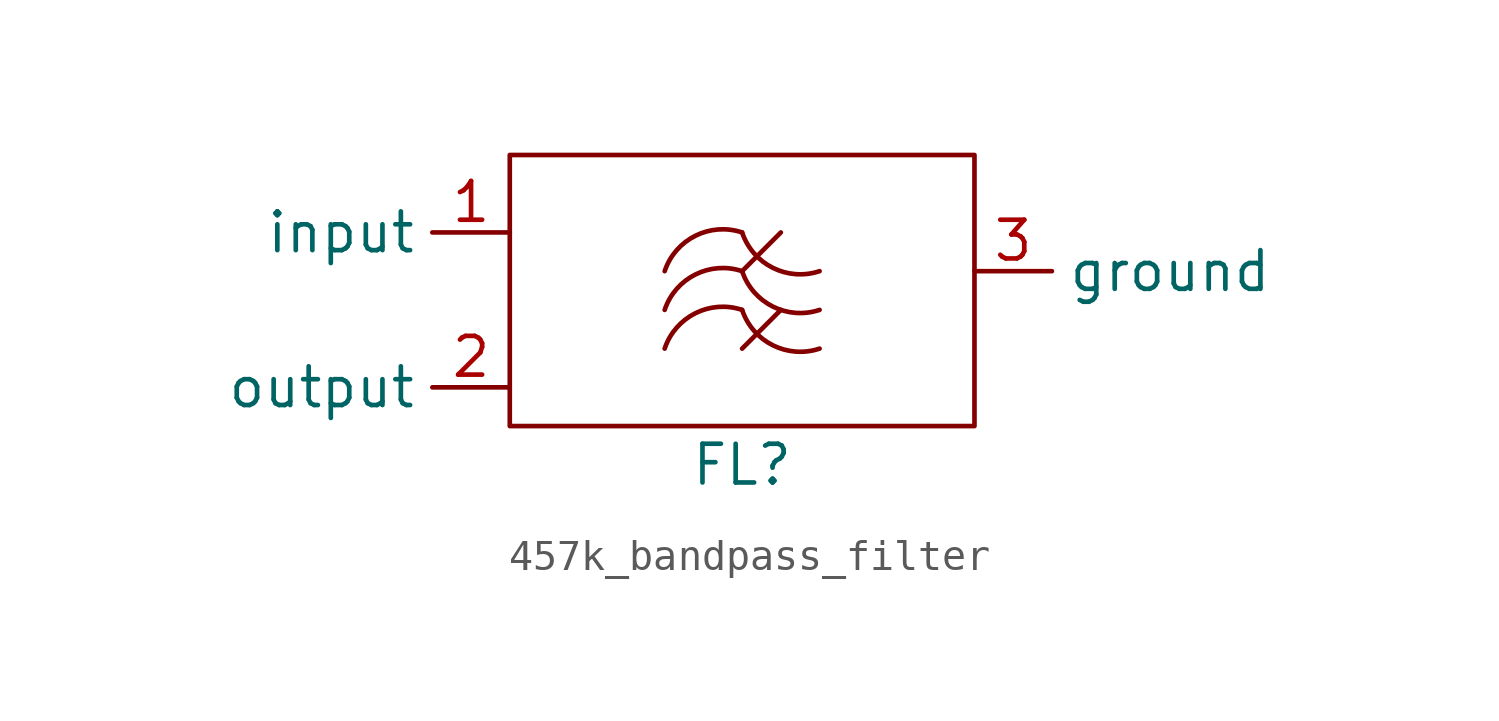
<source format=kicad_sym>
(kicad_symbol_lib
  (version 20241209)
  (generator "kicad_symbol_editor")
  (generator_version "9.0")
  (symbol "457k_bandpass_filter"
    (property "Reference" "FL"
      (at 0 0 0)
      (effects (font (size 1.27 1.27))))
    (property "Value" ""
      (at 0 0 0)
      (effects (font (size 1.27 1.27))))
    (symbol "457k_bandpass_filter_0_1"
      (rectangle (start -7.62 10.16) (end 7.62 1.27) (stroke (width 0) (type default)) (fill (type none)))
      (arc (start -2.54 6.35) (mid -1.533 7.5111) (end 0 7.62) (stroke (width 0) (type default)) (fill (type none)))
      (arc (start -2.54 5.08) (mid -1.533 6.2411) (end 0 6.35) (stroke (width 0) (type default)) (fill (type none)))
      (arc (start -2.54 3.81) (mid -1.533 4.9711) (end 0 5.08) (stroke (width 0) (type default)) (fill (type none)))
      (polyline (pts (xy 0 6.35) (xy 1.27 7.62)) (stroke (width 0) (type default)) (fill (type none)))
      (polyline (pts (xy 0 3.81) (xy 1.27 5.08)) (stroke (width 0) (type default)) (fill (type none)))
      (arc (start 2.54 6.35) (mid 1.007 6.4589) (end 0 7.62) (stroke (width 0) (type default)) (fill (type none)))
      (arc (start 2.54 5.08) (mid 1.007 5.1889) (end 0 6.35) (stroke (width 0) (type default)) (fill (type none)))
      (arc (start 2.54 3.81) (mid 1.007 3.9189) (end 0 5.08) (stroke (width 0) (type default)) (fill (type none))))
    (symbol "457k_bandpass_filter_1_1"
      (pin input line (at -7.62 7.62 180) (length 2.54) (name "input" (effects (font (size 1.27 1.27)))) (number "1" (effects (font (size 1.27 1.27)))))
      (pin output line (at -7.62 2.54 180) (length 2.54) (name "output" (effects (font (size 1.27 1.27)))) (number "2" (effects (font (size 1.27 1.27)))))
      (pin input line (at 7.62 6.35 0) (length 2.54) (name "ground" (effects (font (size 1.27 1.27)))) (number "3" (effects (font (size 1.27 1.27))))))))
</source>
